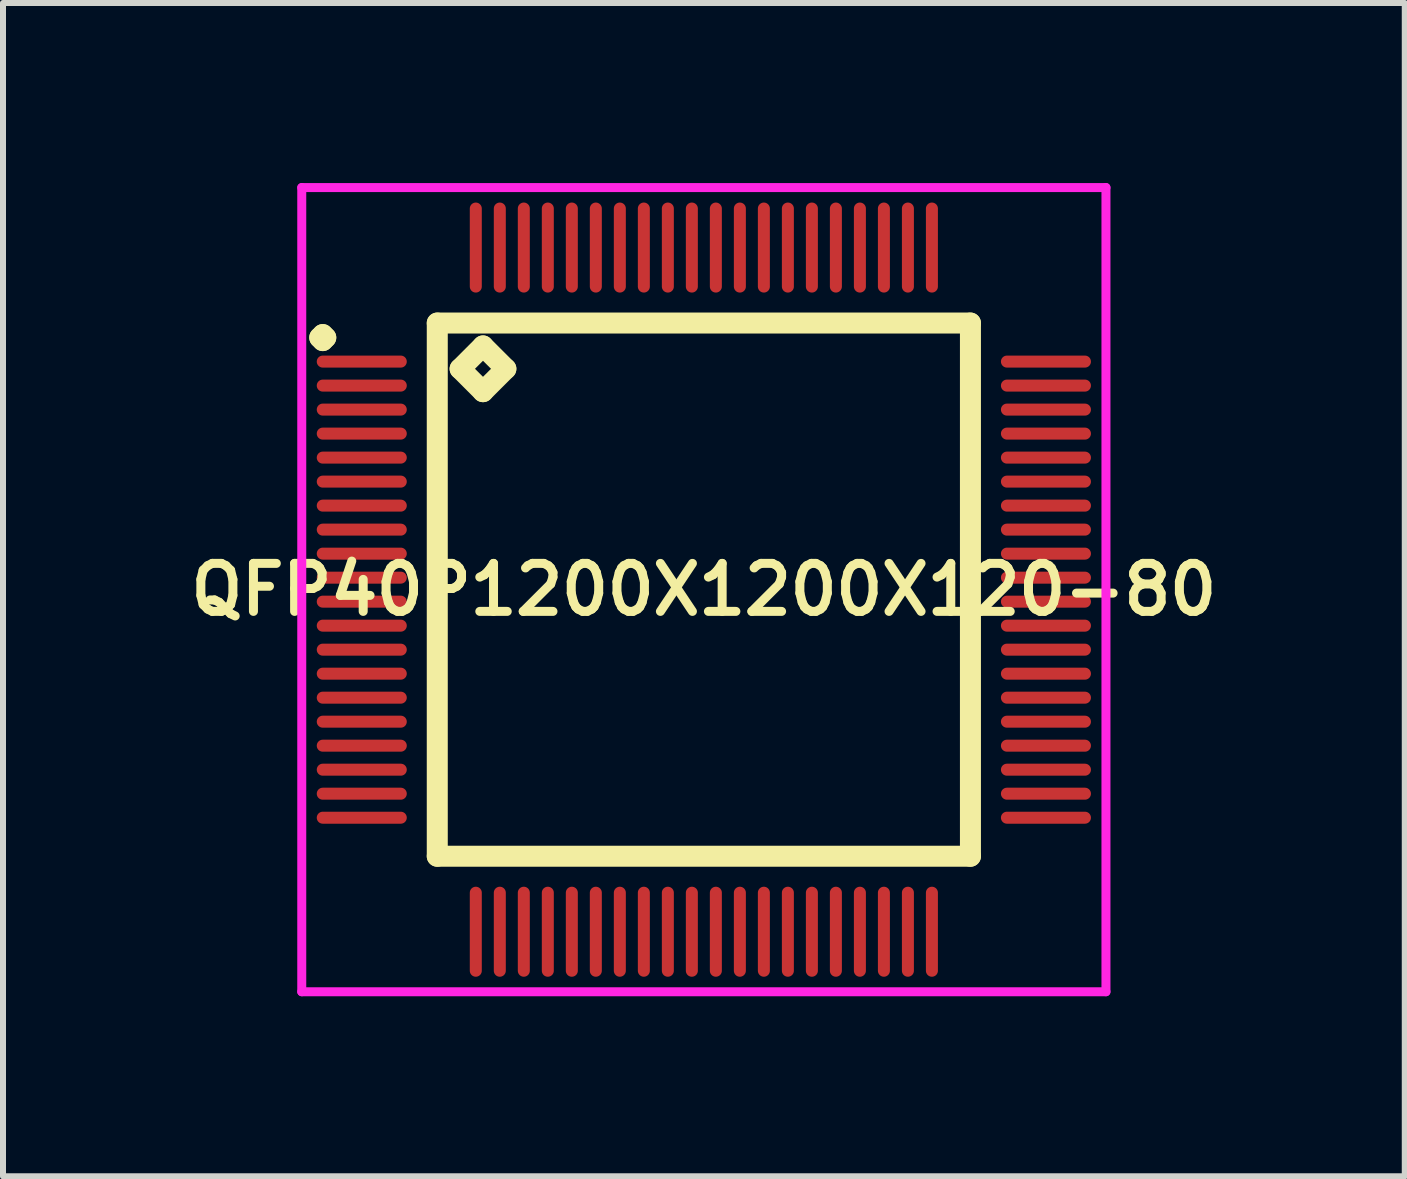
<source format=kicad_pcb>
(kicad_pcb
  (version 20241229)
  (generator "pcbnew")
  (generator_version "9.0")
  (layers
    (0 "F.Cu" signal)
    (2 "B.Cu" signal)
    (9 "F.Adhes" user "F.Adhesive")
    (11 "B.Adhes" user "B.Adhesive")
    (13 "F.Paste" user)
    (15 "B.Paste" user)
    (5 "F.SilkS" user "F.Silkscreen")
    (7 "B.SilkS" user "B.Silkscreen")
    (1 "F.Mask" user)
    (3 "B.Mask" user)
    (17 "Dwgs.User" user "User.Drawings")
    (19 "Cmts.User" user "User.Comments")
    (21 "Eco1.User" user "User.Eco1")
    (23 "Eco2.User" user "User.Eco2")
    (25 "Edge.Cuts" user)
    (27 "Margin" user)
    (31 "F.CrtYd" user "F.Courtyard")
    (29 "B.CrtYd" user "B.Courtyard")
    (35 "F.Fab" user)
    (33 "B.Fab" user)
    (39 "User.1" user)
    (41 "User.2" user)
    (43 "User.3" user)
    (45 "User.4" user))
  (footprint "QFP40P1200X1200X120-80"
    (layer "F.Cu")
    (at 8.678 6.775)
    (property "Reference" "QFP40P1200X1200X120-80" (at 0 0 0) (layer "F.SilkS") (effects (font (size 0.8 0.8) (thickness 0.15))))
    (attr smd)
    (fp_line (start -6.4 -4.2) (end -6.35 -4.25) (stroke (width 0.35) (type solid)) (layer "F.SilkS"))
    (fp_line (start -6.35 -4.25) (end -6.3 -4.2) (stroke (width 0.35) (type solid)) (layer "F.SilkS"))
    (fp_line (start -6.35 -4.15) (end -6.4 -4.2) (stroke (width 0.35) (type solid)) (layer "F.SilkS"))
    (fp_line (start -6.3 -4.2) (end -6.35 -4.15) (stroke (width 0.35) (type solid)) (layer "F.SilkS"))
    (fp_line (start -4.442 -4.442) (end -4.442 4.442) (stroke (width 0.35) (type solid)) (layer "F.SilkS"))
    (fp_line (start -4.442 4.442) (end 4.442 4.442) (stroke (width 0.35) (type solid)) (layer "F.SilkS"))
    (fp_line (start -4.061 -3.68) (end -3.68 -4.061) (stroke (width 0.35) (type solid)) (layer "F.SilkS"))
    (fp_line (start -3.68 -4.061) (end -3.299 -3.68) (stroke (width 0.35) (type solid)) (layer "F.SilkS"))
    (fp_line (start -3.68 -3.299) (end -4.061 -3.68) (stroke (width 0.35) (type solid)) (layer "F.SilkS"))
    (fp_line (start -3.299 -3.68) (end -3.68 -3.299) (stroke (width 0.35) (type solid)) (layer "F.SilkS"))
    (fp_line (start 4.442 -4.442) (end -4.442 -4.442) (stroke (width 0.35) (type solid)) (layer "F.SilkS"))
    (fp_line (start 4.442 4.442) (end 4.442 -4.442) (stroke (width 0.35) (type solid)) (layer "F.SilkS"))
    (fp_line (start -6.7 -6.7) (end 6.7 -6.7) (stroke (width 0.15) (type solid)) (layer "F.CrtYd"))
    (fp_line (start -6.7 6.7) (end -6.7 -6.7) (stroke (width 0.15) (type solid)) (layer "F.CrtYd"))
    (fp_line (start 6.7 -6.7) (end 6.7 6.7) (stroke (width 0.15) (type solid)) (layer "F.CrtYd"))
    (fp_line (start 6.7 6.7) (end -6.7 6.7) (stroke (width 0.15) (type solid)) (layer "F.CrtYd"))
    (pad "1" smd oval (at -5.7 -3.8) (size 1.5 0.2) (layers "F.Cu" "F.Mask" "F.Paste"))
    (pad "2" smd oval (at -5.7 -3.4) (size 1.5 0.2) (layers "F.Cu" "F.Mask" "F.Paste"))
    (pad "3" smd oval (at -5.7 -3) (size 1.5 0.2) (layers "F.Cu" "F.Mask" "F.Paste"))
    (pad "4" smd oval (at -5.7 -2.6) (size 1.5 0.2) (layers "F.Cu" "F.Mask" "F.Paste"))
    (pad "5" smd oval (at -5.7 -2.2) (size 1.5 0.2) (layers "F.Cu" "F.Mask" "F.Paste"))
    (pad "6" smd oval (at -5.7 -1.8) (size 1.5 0.2) (layers "F.Cu" "F.Mask" "F.Paste"))
    (pad "7" smd oval (at -5.7 -1.4) (size 1.5 0.2) (layers "F.Cu" "F.Mask" "F.Paste"))
    (pad "8" smd oval (at -5.7 -1) (size 1.5 0.2) (layers "F.Cu" "F.Mask" "F.Paste"))
    (pad "9" smd oval (at -5.7 -0.6) (size 1.5 0.2) (layers "F.Cu" "F.Mask" "F.Paste"))
    (pad "10" smd oval (at -5.7 -0.2) (size 1.5 0.2) (layers "F.Cu" "F.Mask" "F.Paste"))
    (pad "11" smd oval (at -5.7 0.2) (size 1.5 0.2) (layers "F.Cu" "F.Mask" "F.Paste"))
    (pad "12" smd oval (at -5.7 0.6) (size 1.5 0.2) (layers "F.Cu" "F.Mask" "F.Paste"))
    (pad "13" smd oval (at -5.7 1) (size 1.5 0.2) (layers "F.Cu" "F.Mask" "F.Paste"))
    (pad "14" smd oval (at -5.7 1.4) (size 1.5 0.2) (layers "F.Cu" "F.Mask" "F.Paste"))
    (pad "15" smd oval (at -5.7 1.8) (size 1.5 0.2) (layers "F.Cu" "F.Mask" "F.Paste"))
    (pad "16" smd oval (at -5.7 2.2) (size 1.5 0.2) (layers "F.Cu" "F.Mask" "F.Paste"))
    (pad "17" smd oval (at -5.7 2.6) (size 1.5 0.2) (layers "F.Cu" "F.Mask" "F.Paste"))
    (pad "18" smd oval (at -5.7 3) (size 1.5 0.2) (layers "F.Cu" "F.Mask" "F.Paste"))
    (pad "19" smd oval (at -5.7 3.4) (size 1.5 0.2) (layers "F.Cu" "F.Mask" "F.Paste"))
    (pad "20" smd oval (at -5.7 3.8) (size 1.5 0.2) (layers "F.Cu" "F.Mask" "F.Paste"))
    (pad "21" smd oval (at -3.8 5.7) (size 0.2 1.5) (layers "F.Cu" "F.Mask" "F.Paste"))
    (pad "22" smd oval (at -3.4 5.7) (size 0.2 1.5) (layers "F.Cu" "F.Mask" "F.Paste"))
    (pad "23" smd oval (at -3 5.7) (size 0.2 1.5) (layers "F.Cu" "F.Mask" "F.Paste"))
    (pad "24" smd oval (at -2.6 5.7) (size 0.2 1.5) (layers "F.Cu" "F.Mask" "F.Paste"))
    (pad "25" smd oval (at -2.2 5.7) (size 0.2 1.5) (layers "F.Cu" "F.Mask" "F.Paste"))
    (pad "26" smd oval (at -1.8 5.7) (size 0.2 1.5) (layers "F.Cu" "F.Mask" "F.Paste"))
    (pad "27" smd oval (at -1.4 5.7) (size 0.2 1.5) (layers "F.Cu" "F.Mask" "F.Paste"))
    (pad "28" smd oval (at -1 5.7) (size 0.2 1.5) (layers "F.Cu" "F.Mask" "F.Paste"))
    (pad "29" smd oval (at -0.6 5.7) (size 0.2 1.5) (layers "F.Cu" "F.Mask" "F.Paste"))
    (pad "30" smd oval (at -0.2 5.7) (size 0.2 1.5) (layers "F.Cu" "F.Mask" "F.Paste"))
    (pad "31" smd oval (at 0.2 5.7) (size 0.2 1.5) (layers "F.Cu" "F.Mask" "F.Paste"))
    (pad "32" smd oval (at 0.6 5.7) (size 0.2 1.5) (layers "F.Cu" "F.Mask" "F.Paste"))
    (pad "33" smd oval (at 1 5.7) (size 0.2 1.5) (layers "F.Cu" "F.Mask" "F.Paste"))
    (pad "34" smd oval (at 1.4 5.7) (size 0.2 1.5) (layers "F.Cu" "F.Mask" "F.Paste"))
    (pad "35" smd oval (at 1.8 5.7) (size 0.2 1.5) (layers "F.Cu" "F.Mask" "F.Paste"))
    (pad "36" smd oval (at 2.2 5.7) (size 0.2 1.5) (layers "F.Cu" "F.Mask" "F.Paste"))
    (pad "37" smd oval (at 2.6 5.7) (size 0.2 1.5) (layers "F.Cu" "F.Mask" "F.Paste"))
    (pad "38" smd oval (at 3 5.7) (size 0.2 1.5) (layers "F.Cu" "F.Mask" "F.Paste"))
    (pad "39" smd oval (at 3.4 5.7) (size 0.2 1.5) (layers "F.Cu" "F.Mask" "F.Paste"))
    (pad "40" smd oval (at 3.8 5.7) (size 0.2 1.5) (layers "F.Cu" "F.Mask" "F.Paste"))
    (pad "41" smd oval (at 5.7 3.8) (size 1.5 0.2) (layers "F.Cu" "F.Mask" "F.Paste"))
    (pad "42" smd oval (at 5.7 3.4) (size 1.5 0.2) (layers "F.Cu" "F.Mask" "F.Paste"))
    (pad "43" smd oval (at 5.7 3) (size 1.5 0.2) (layers "F.Cu" "F.Mask" "F.Paste"))
    (pad "44" smd oval (at 5.7 2.6) (size 1.5 0.2) (layers "F.Cu" "F.Mask" "F.Paste"))
    (pad "45" smd oval (at 5.7 2.2) (size 1.5 0.2) (layers "F.Cu" "F.Mask" "F.Paste"))
    (pad "46" smd oval (at 5.7 1.8) (size 1.5 0.2) (layers "F.Cu" "F.Mask" "F.Paste"))
    (pad "47" smd oval (at 5.7 1.4) (size 1.5 0.2) (layers "F.Cu" "F.Mask" "F.Paste"))
    (pad "48" smd oval (at 5.7 1) (size 1.5 0.2) (layers "F.Cu" "F.Mask" "F.Paste"))
    (pad "49" smd oval (at 5.7 0.6) (size 1.5 0.2) (layers "F.Cu" "F.Mask" "F.Paste"))
    (pad "50" smd oval (at 5.7 0.2) (size 1.5 0.2) (layers "F.Cu" "F.Mask" "F.Paste"))
    (pad "51" smd oval (at 5.7 -0.2) (size 1.5 0.2) (layers "F.Cu" "F.Mask" "F.Paste"))
    (pad "52" smd oval (at 5.7 -0.6) (size 1.5 0.2) (layers "F.Cu" "F.Mask" "F.Paste"))
    (pad "53" smd oval (at 5.7 -1) (size 1.5 0.2) (layers "F.Cu" "F.Mask" "F.Paste"))
    (pad "54" smd oval (at 5.7 -1.4) (size 1.5 0.2) (layers "F.Cu" "F.Mask" "F.Paste"))
    (pad "55" smd oval (at 5.7 -1.8) (size 1.5 0.2) (layers "F.Cu" "F.Mask" "F.Paste"))
    (pad "56" smd oval (at 5.7 -2.2) (size 1.5 0.2) (layers "F.Cu" "F.Mask" "F.Paste"))
    (pad "57" smd oval (at 5.7 -2.6) (size 1.5 0.2) (layers "F.Cu" "F.Mask" "F.Paste"))
    (pad "58" smd oval (at 5.7 -3) (size 1.5 0.2) (layers "F.Cu" "F.Mask" "F.Paste"))
    (pad "59" smd oval (at 5.7 -3.4) (size 1.5 0.2) (layers "F.Cu" "F.Mask" "F.Paste"))
    (pad "60" smd oval (at 5.7 -3.8) (size 1.5 0.2) (layers "F.Cu" "F.Mask" "F.Paste"))
    (pad "61" smd oval (at 3.8 -5.7) (size 0.2 1.5) (layers "F.Cu" "F.Mask" "F.Paste"))
    (pad "62" smd oval (at 3.4 -5.7) (size 0.2 1.5) (layers "F.Cu" "F.Mask" "F.Paste"))
    (pad "63" smd oval (at 3 -5.7) (size 0.2 1.5) (layers "F.Cu" "F.Mask" "F.Paste"))
    (pad "64" smd oval (at 2.6 -5.7) (size 0.2 1.5) (layers "F.Cu" "F.Mask" "F.Paste"))
    (pad "65" smd oval (at 2.2 -5.7) (size 0.2 1.5) (layers "F.Cu" "F.Mask" "F.Paste"))
    (pad "66" smd oval (at 1.8 -5.7) (size 0.2 1.5) (layers "F.Cu" "F.Mask" "F.Paste"))
    (pad "67" smd oval (at 1.4 -5.7) (size 0.2 1.5) (layers "F.Cu" "F.Mask" "F.Paste"))
    (pad "68" smd oval (at 1 -5.7) (size 0.2 1.5) (layers "F.Cu" "F.Mask" "F.Paste"))
    (pad "69" smd oval (at 0.6 -5.7) (size 0.2 1.5) (layers "F.Cu" "F.Mask" "F.Paste"))
    (pad "70" smd oval (at 0.2 -5.7) (size 0.2 1.5) (layers "F.Cu" "F.Mask" "F.Paste"))
    (pad "71" smd oval (at -0.2 -5.7) (size 0.2 1.5) (layers "F.Cu" "F.Mask" "F.Paste"))
    (pad "72" smd oval (at -0.6 -5.7) (size 0.2 1.5) (layers "F.Cu" "F.Mask" "F.Paste"))
    (pad "73" smd oval (at -1 -5.7) (size 0.2 1.5) (layers "F.Cu" "F.Mask" "F.Paste"))
    (pad "74" smd oval (at -1.4 -5.7) (size 0.2 1.5) (layers "F.Cu" "F.Mask" "F.Paste"))
    (pad "75" smd oval (at -1.8 -5.7) (size 0.2 1.5) (layers "F.Cu" "F.Mask" "F.Paste"))
    (pad "76" smd oval (at -2.2 -5.7) (size 0.2 1.5) (layers "F.Cu" "F.Mask" "F.Paste"))
    (pad "77" smd oval (at -2.6 -5.7) (size 0.2 1.5) (layers "F.Cu" "F.Mask" "F.Paste"))
    (pad "78" smd oval (at -3 -5.7) (size 0.2 1.5) (layers "F.Cu" "F.Mask" "F.Paste"))
    (pad "79" smd oval (at -3.4 -5.7) (size 0.2 1.5) (layers "F.Cu" "F.Mask" "F.Paste"))
    (pad "80" smd oval (at -3.8 -5.7) (size 0.2 1.5) (layers "F.Cu" "F.Mask" "F.Paste")))
  (gr_rect
    (start -3 -3)
    (end 20.357 16.55)
    (stroke (width 0.1) (type default))
    (fill no)
    (layer "Edge.Cuts")))
</source>
